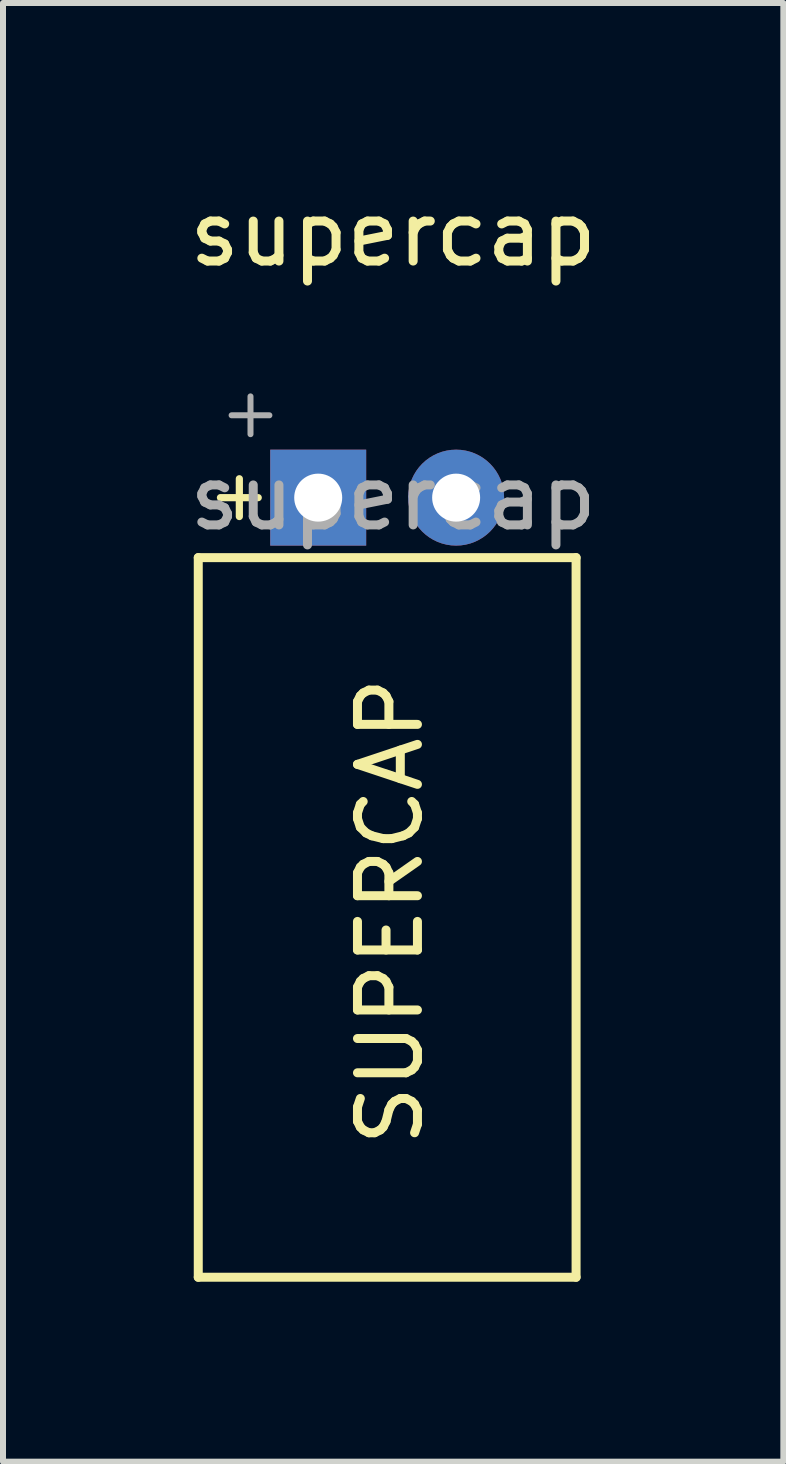
<source format=kicad_pcb>
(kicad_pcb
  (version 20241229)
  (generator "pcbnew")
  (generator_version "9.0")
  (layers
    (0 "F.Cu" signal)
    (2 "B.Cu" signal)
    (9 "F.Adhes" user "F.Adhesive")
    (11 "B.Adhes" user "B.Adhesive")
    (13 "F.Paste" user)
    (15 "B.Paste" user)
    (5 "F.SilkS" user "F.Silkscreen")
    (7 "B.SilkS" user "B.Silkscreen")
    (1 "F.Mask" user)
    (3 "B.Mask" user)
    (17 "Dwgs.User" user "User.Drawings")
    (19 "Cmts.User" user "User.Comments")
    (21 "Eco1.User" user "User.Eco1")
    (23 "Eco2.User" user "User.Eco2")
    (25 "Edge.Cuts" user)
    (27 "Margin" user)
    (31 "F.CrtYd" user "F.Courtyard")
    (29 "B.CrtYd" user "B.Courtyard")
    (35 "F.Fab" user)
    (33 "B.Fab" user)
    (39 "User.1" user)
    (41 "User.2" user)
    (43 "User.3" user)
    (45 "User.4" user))
  (footprint "supercap"
    (layer "F.Cu")
    (at 2.256 5.248)
    (property "Reference" "supercap" (at 1.25 -4.4 0) (layer "F.SilkS") (effects (font (size 1 1) (thickness 0.15))))
    (attr through_hole)
    (fp_line (start -2 1) (end 4.3 1) (stroke (width 0.15) (type solid)) (layer "F.SilkS"))
    (fp_line (start -2 13) (end -2 1) (stroke (width 0.15) (type solid)) (layer "F.SilkS"))
    (fp_line (start -1.63 0) (end -1 0) (stroke (width 0.12) (type solid)) (layer "F.SilkS"))
    (fp_line (start -1.315 -0.315) (end -1.315 0.315) (stroke (width 0.12) (type solid)) (layer "F.SilkS"))
    (fp_line (start 4.3 1) (end 4.3 13) (stroke (width 0.15) (type solid)) (layer "F.SilkS"))
    (fp_line (start 4.3 13) (end -2 13) (stroke (width 0.15) (type solid)) (layer "F.SilkS"))
    (fp_line (start -1.444 -1.373) (end -0.814 -1.373) (stroke (width 0.1) (type solid)) (layer "F.Fab"))
    (fp_line (start -1.129 -1.688) (end -1.129 -1.058) (stroke (width 0.1) (type solid)) (layer "F.Fab"))
    (fp_text user "SUPERCAP" (at 1.2 6.9 90) (unlocked yes) (layer "F.SilkS") (effects (font (size 1 1) (thickness 0.15))))
    (fp_text user "${REFERENCE}" (at 1.25 0 0) (layer "F.Fab") (effects (font (size 1 1) (thickness 0.15))))
    (pad "1" thru_hole rect (at 0 0) (size 1.6 1.6) (drill 0.8) (layers "*.Cu" "*.Mask"))
    (pad "2" thru_hole circle (at 2.3 0) (size 1.6 1.6) (drill 0.8) (layers "*.Cu" "*.Mask")))
  (gr_rect
    (start -3 -3)
    (end 10.012 21.323)
    (stroke (width 0.1) (type default))
    (fill no)
    (layer "Edge.Cuts")))
</source>
